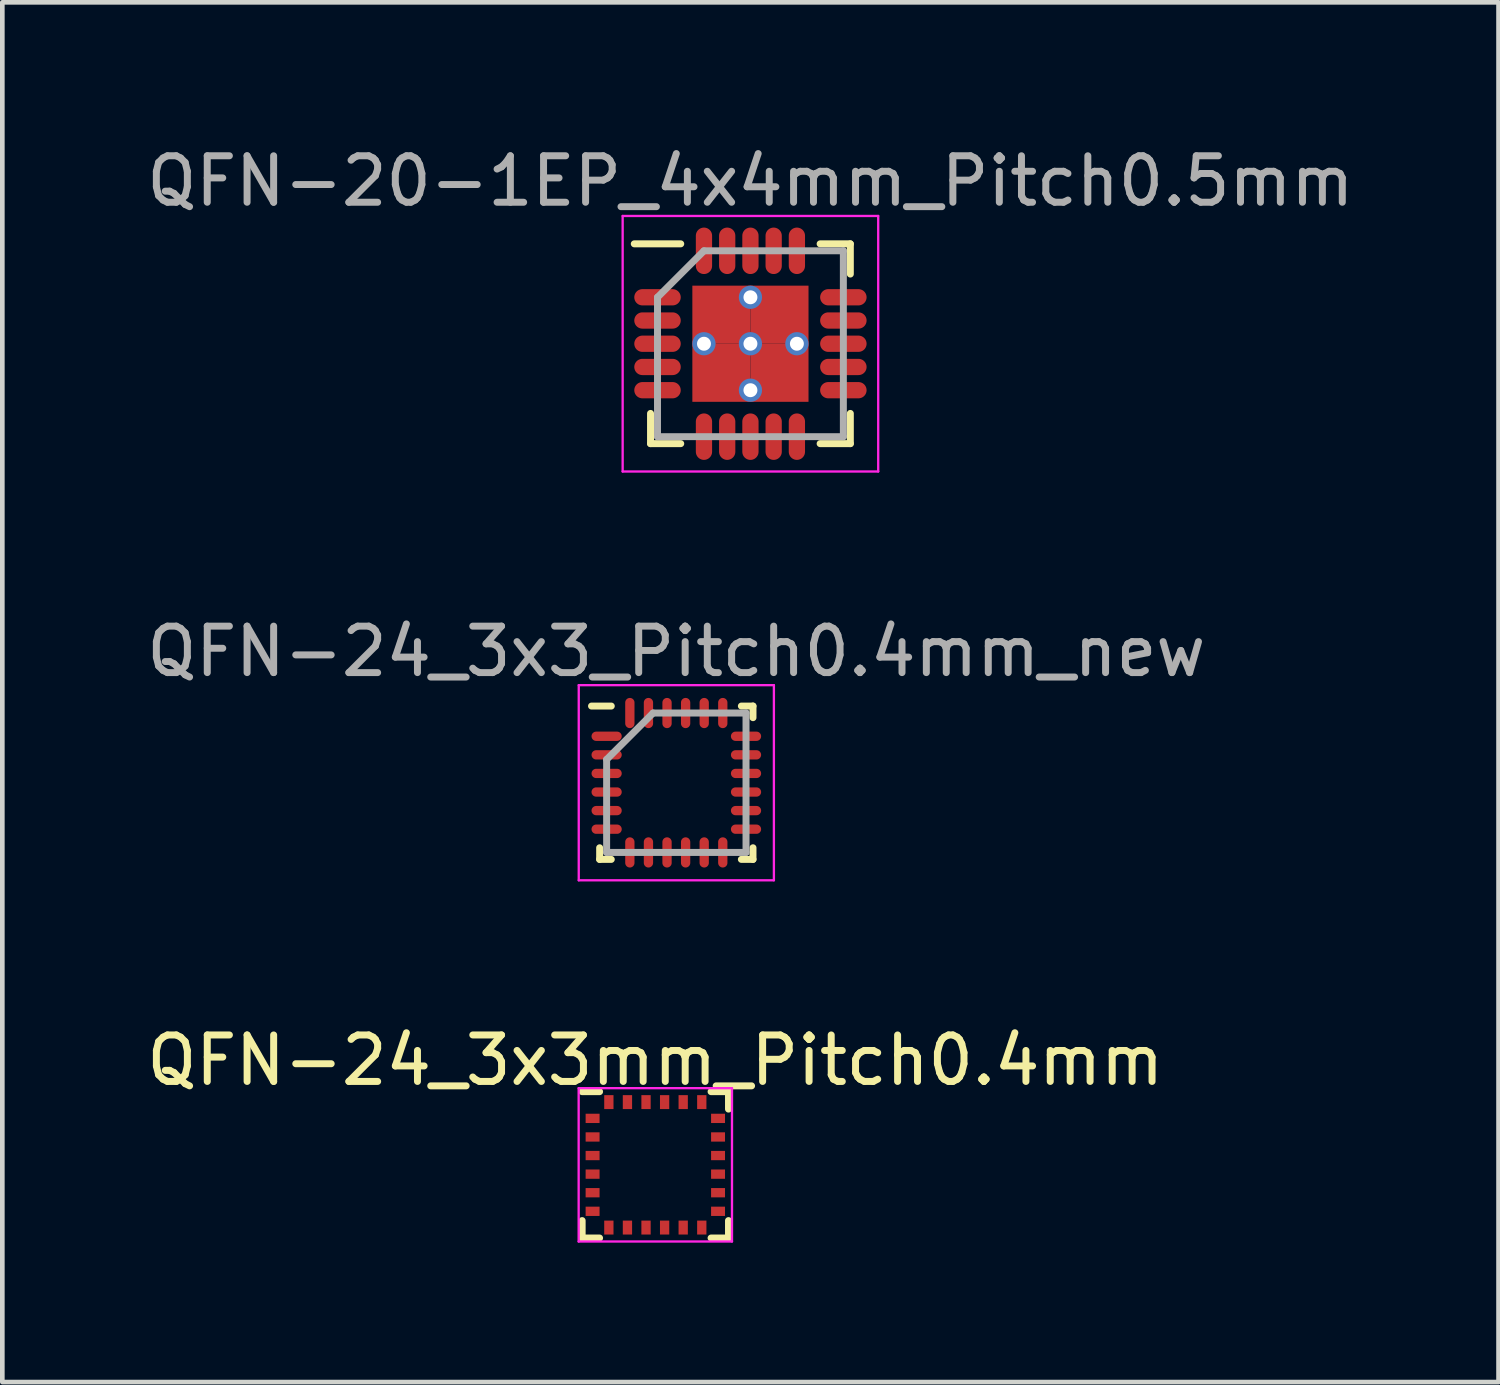
<source format=kicad_pcb>
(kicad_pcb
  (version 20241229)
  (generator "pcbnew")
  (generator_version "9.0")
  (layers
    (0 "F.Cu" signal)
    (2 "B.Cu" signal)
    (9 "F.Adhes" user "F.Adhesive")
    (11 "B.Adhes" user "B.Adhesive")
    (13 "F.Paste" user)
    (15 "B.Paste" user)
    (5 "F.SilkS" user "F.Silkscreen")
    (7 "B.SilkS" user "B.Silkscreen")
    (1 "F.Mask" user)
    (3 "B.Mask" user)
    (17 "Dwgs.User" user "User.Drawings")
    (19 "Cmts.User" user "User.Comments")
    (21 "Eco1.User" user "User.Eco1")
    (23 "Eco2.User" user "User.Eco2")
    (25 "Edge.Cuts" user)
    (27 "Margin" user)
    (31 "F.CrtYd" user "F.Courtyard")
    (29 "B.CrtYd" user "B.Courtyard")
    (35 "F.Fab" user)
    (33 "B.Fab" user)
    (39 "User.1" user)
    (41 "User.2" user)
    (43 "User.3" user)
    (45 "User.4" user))
  (footprint "QFN-24_3x3_Pitch0.4mm_new"
    (layer "F.Cu")
    (at 11.506 13.796)
    (property "Reference" "QFN-24_3x3_Pitch0.4mm_new" (at 0 -2.825 0) (layer "F.Fab") (effects (font (size 1 1) (thickness 0.15))))
    (attr smd)
    (fp_line (start -1.65 1.65) (end -1.65 1.4) (stroke (width 0.15) (type solid)) (layer "F.SilkS"))
    (fp_line (start -1.4 -1.65) (end -1.825 -1.65) (stroke (width 0.15) (type solid)) (layer "F.SilkS"))
    (fp_line (start -1.4 1.65) (end -1.65 1.65) (stroke (width 0.15) (type solid)) (layer "F.SilkS"))
    (fp_line (start 1.4 -1.65) (end 1.65 -1.65) (stroke (width 0.15) (type solid)) (layer "F.SilkS"))
    (fp_line (start 1.4 1.65) (end 1.65 1.65) (stroke (width 0.15) (type solid)) (layer "F.SilkS"))
    (fp_line (start 1.65 -1.65) (end 1.65 -1.4) (stroke (width 0.15) (type solid)) (layer "F.SilkS"))
    (fp_line (start 1.65 1.65) (end 1.65 1.4) (stroke (width 0.15) (type solid)) (layer "F.SilkS"))
    (fp_line (start -2.1 -2.1) (end 2.1 -2.1) (stroke (width 0.05) (type solid)) (layer "F.CrtYd"))
    (fp_line (start -2.1 2.1) (end -2.1 -2.1) (stroke (width 0.05) (type solid)) (layer "F.CrtYd"))
    (fp_line (start 2.1 -2.1) (end 2.1 2.1) (stroke (width 0.05) (type solid)) (layer "F.CrtYd"))
    (fp_line (start 2.1 2.1) (end -2.1 2.1) (stroke (width 0.05) (type solid)) (layer "F.CrtYd"))
    (fp_line (start -1.5 -0.5) (end -1.5 1.5) (stroke (width 0.15) (type solid)) (layer "F.Fab"))
    (fp_line (start -1.5 1.5) (end 1.5 1.5) (stroke (width 0.15) (type solid)) (layer "F.Fab"))
    (fp_line (start -0.5 -1.5) (end -1.5 -0.5) (stroke (width 0.15) (type solid)) (layer "F.Fab"))
    (fp_line (start 1.5 -1.5) (end -0.5 -1.5) (stroke (width 0.15) (type solid)) (layer "F.Fab"))
    (fp_line (start 1.5 1.5) (end 1.5 -1.5) (stroke (width 0.15) (type solid)) (layer "F.Fab"))
    (pad "1" smd oval (at -1.5 -1 90) (size 0.2 0.65) (layers "F.Cu" "F.Mask" "F.Paste"))
    (pad "2" smd oval (at -1.5 -0.6 90) (size 0.2 0.65) (layers "F.Cu" "F.Mask" "F.Paste"))
    (pad "3" smd oval (at -1.5 -0.2 90) (size 0.2 0.65) (layers "F.Cu" "F.Mask" "F.Paste"))
    (pad "4" smd oval (at -1.5 0.2 90) (size 0.2 0.65) (layers "F.Cu" "F.Mask" "F.Paste"))
    (pad "5" smd oval (at -1.5 0.6 90) (size 0.2 0.65) (layers "F.Cu" "F.Mask" "F.Paste"))
    (pad "6" smd oval (at -1.5 1 90) (size 0.2 0.65) (layers "F.Cu" "F.Mask" "F.Paste"))
    (pad "7" smd oval (at -1 1.5) (size 0.2 0.65) (layers "F.Cu" "F.Mask" "F.Paste"))
    (pad "8" smd oval (at -0.6 1.5) (size 0.2 0.65) (layers "F.Cu" "F.Mask" "F.Paste"))
    (pad "9" smd oval (at -0.2 1.5) (size 0.2 0.65) (layers "F.Cu" "F.Mask" "F.Paste"))
    (pad "10" smd oval (at 0.2 1.5) (size 0.2 0.65) (layers "F.Cu" "F.Mask" "F.Paste"))
    (pad "11" smd oval (at 0.6 1.5) (size 0.2 0.65) (layers "F.Cu" "F.Mask" "F.Paste"))
    (pad "12" smd oval (at 1 1.5) (size 0.2 0.65) (layers "F.Cu" "F.Mask" "F.Paste"))
    (pad "13" smd oval (at 1.5 1 90) (size 0.2 0.65) (layers "F.Cu" "F.Mask" "F.Paste"))
    (pad "14" smd oval (at 1.5 0.6 90) (size 0.2 0.65) (layers "F.Cu" "F.Mask" "F.Paste"))
    (pad "15" smd oval (at 1.5 0.2 90) (size 0.2 0.65) (layers "F.Cu" "F.Mask" "F.Paste"))
    (pad "16" smd oval (at 1.5 -0.2 90) (size 0.2 0.65) (layers "F.Cu" "F.Mask" "F.Paste"))
    (pad "17" smd oval (at 1.5 -0.6 90) (size 0.2 0.65) (layers "F.Cu" "F.Mask" "F.Paste"))
    (pad "18" smd oval (at 1.5 -1 90) (size 0.2 0.65) (layers "F.Cu" "F.Mask" "F.Paste"))
    (pad "19" smd oval (at 1 -1.5) (size 0.2 0.65) (layers "F.Cu" "F.Mask" "F.Paste"))
    (pad "20" smd oval (at 0.6 -1.5) (size 0.2 0.65) (layers "F.Cu" "F.Mask" "F.Paste"))
    (pad "21" smd oval (at 0.2 -1.5) (size 0.2 0.65) (layers "F.Cu" "F.Mask" "F.Paste"))
    (pad "22" smd oval (at -0.2 -1.5) (size 0.2 0.65) (layers "F.Cu" "F.Mask" "F.Paste"))
    (pad "23" smd oval (at -0.6 -1.5) (size 0.2 0.65) (layers "F.Cu" "F.Mask" "F.Paste"))
    (pad "24" smd oval (at -1 -1.5) (size 0.2 0.65) (layers "F.Cu" "F.Mask" "F.Paste")))
  (footprint "QFN-24_3x3mm_Pitch0.4mm"
    (layer "F.Cu")
    (at 11.054 22.02)
    (property "Reference" "QFN-24_3x3mm_Pitch0.4mm" (at 0 -2.25 0) (layer "F.SilkS") (effects (font (size 1 1) (thickness 0.15))))
    (attr smd)
    (fp_line (start -1.575 -1.575) (end -1.2 -1.575) (stroke (width 0.15) (type solid)) (layer "F.SilkS"))
    (fp_line (start -1.575 1.575) (end -1.575 1.2) (stroke (width 0.15) (type solid)) (layer "F.SilkS"))
    (fp_line (start -1.575 1.575) (end -1.2 1.575) (stroke (width 0.15) (type solid)) (layer "F.SilkS"))
    (fp_line (start 1.575 -1.575) (end 1.2 -1.575) (stroke (width 0.15) (type solid)) (layer "F.SilkS"))
    (fp_line (start 1.575 -1.575) (end 1.575 -1.2) (stroke (width 0.15) (type solid)) (layer "F.SilkS"))
    (fp_line (start 1.575 1.575) (end 1.2 1.575) (stroke (width 0.15) (type solid)) (layer "F.SilkS"))
    (fp_line (start 1.575 1.575) (end 1.575 1.2) (stroke (width 0.15) (type solid)) (layer "F.SilkS"))
    (fp_line (start -1.65 -1.65) (end 1.65 -1.65) (stroke (width 0.05) (type solid)) (layer "F.CrtYd"))
    (fp_line (start -1.65 1.65) (end -1.65 -1.65) (stroke (width 0.05) (type solid)) (layer "F.CrtYd"))
    (fp_line (start 1.65 -1.65) (end 1.65 1.65) (stroke (width 0.05) (type solid)) (layer "F.CrtYd"))
    (fp_line (start 1.65 1.65) (end -1.65 1.65) (stroke (width 0.05) (type solid)) (layer "F.CrtYd"))
    (pad "1" smd rect (at -1.35 -1) (size 0.3 0.2) (layers "F.Cu" "F.Mask" "F.Paste"))
    (pad "2" smd rect (at -1.35 -0.6) (size 0.3 0.2) (layers "F.Cu" "F.Mask" "F.Paste"))
    (pad "3" smd rect (at -1.35 -0.2) (size 0.3 0.2) (layers "F.Cu" "F.Mask" "F.Paste"))
    (pad "4" smd rect (at -1.35 0.2) (size 0.3 0.2) (layers "F.Cu" "F.Mask" "F.Paste"))
    (pad "5" smd rect (at -1.35 0.6) (size 0.3 0.2) (layers "F.Cu" "F.Mask" "F.Paste"))
    (pad "6" smd rect (at -1.35 1) (size 0.3 0.2) (layers "F.Cu" "F.Mask" "F.Paste"))
    (pad "7" smd rect (at -1 1.35 90) (size 0.3 0.2) (layers "F.Cu" "F.Mask" "F.Paste"))
    (pad "8" smd rect (at -0.6 1.35 90) (size 0.3 0.2) (layers "F.Cu" "F.Mask" "F.Paste"))
    (pad "9" smd rect (at -0.2 1.35 90) (size 0.3 0.2) (layers "F.Cu" "F.Mask" "F.Paste"))
    (pad "10" smd rect (at 0.2 1.35 90) (size 0.3 0.2) (layers "F.Cu" "F.Mask" "F.Paste"))
    (pad "11" smd rect (at 0.6 1.35 90) (size 0.3 0.2) (layers "F.Cu" "F.Mask" "F.Paste"))
    (pad "12" smd rect (at 1 1.35 90) (size 0.3 0.2) (layers "F.Cu" "F.Mask" "F.Paste"))
    (pad "13" smd rect (at 1.35 1) (size 0.3 0.2) (layers "F.Cu" "F.Mask" "F.Paste"))
    (pad "14" smd rect (at 1.35 0.6) (size 0.3 0.2) (layers "F.Cu" "F.Mask" "F.Paste"))
    (pad "15" smd rect (at 1.35 0.2) (size 0.3 0.2) (layers "F.Cu" "F.Mask" "F.Paste"))
    (pad "16" smd rect (at 1.35 -0.2) (size 0.3 0.2) (layers "F.Cu" "F.Mask" "F.Paste"))
    (pad "17" smd rect (at 1.35 -0.6) (size 0.3 0.2) (layers "F.Cu" "F.Mask" "F.Paste"))
    (pad "18" smd rect (at 1.35 -1) (size 0.3 0.2) (layers "F.Cu" "F.Mask" "F.Paste"))
    (pad "19" smd rect (at 1 -1.35 90) (size 0.3 0.2) (layers "F.Cu" "F.Mask" "F.Paste"))
    (pad "20" smd rect (at 0.6 -1.35 90) (size 0.3 0.2) (layers "F.Cu" "F.Mask" "F.Paste"))
    (pad "21" smd rect (at 0.2 -1.35 90) (size 0.3 0.2) (layers "F.Cu" "F.Mask" "F.Paste"))
    (pad "22" smd rect (at -0.2 -1.35 90) (size 0.3 0.2) (layers "F.Cu" "F.Mask" "F.Paste"))
    (pad "23" smd rect (at -0.6 -1.35 90) (size 0.3 0.2) (layers "F.Cu" "F.Mask" "F.Paste"))
    (pad "24" smd rect (at -1 -1.35 90) (size 0.3 0.2) (layers "F.Cu" "F.Mask" "F.Paste")))
  (footprint "QFN-20-1EP_4x4mm_Pitch0.5mm"
    (layer "F.Cu")
    (at 13.101 4.348)
    (property "Reference" "QFN-20-1EP_4x4mm_Pitch0.5mm" (at 0 -3.5 0) (layer "F.Fab") (effects (font (size 1 1) (thickness 0.15))))
    (attr smd)
    (fp_line (start -2.15 2.15) (end -2.15 1.5) (stroke (width 0.15) (type solid)) (layer "F.SilkS"))
    (fp_line (start -1.5 -2.15) (end -2.5 -2.15) (stroke (width 0.15) (type solid)) (layer "F.SilkS"))
    (fp_line (start -1.5 2.15) (end -2.15 2.15) (stroke (width 0.15) (type solid)) (layer "F.SilkS"))
    (fp_line (start 1.5 -2.15) (end 2.15 -2.15) (stroke (width 0.15) (type solid)) (layer "F.SilkS"))
    (fp_line (start 1.5 2.15) (end 2.15 2.15) (stroke (width 0.15) (type solid)) (layer "F.SilkS"))
    (fp_line (start 2.15 -2.15) (end 2.15 -1.5) (stroke (width 0.15) (type solid)) (layer "F.SilkS"))
    (fp_line (start 2.15 2.15) (end 2.15 1.5) (stroke (width 0.15) (type solid)) (layer "F.SilkS"))
    (fp_line (start -2.75 -2.75) (end 2.75 -2.75) (stroke (width 0.05) (type solid)) (layer "F.CrtYd"))
    (fp_line (start -2.75 2.75) (end -2.75 -2.75) (stroke (width 0.05) (type solid)) (layer "F.CrtYd"))
    (fp_line (start 2.75 -2.75) (end 2.75 2.75) (stroke (width 0.05) (type solid)) (layer "F.CrtYd"))
    (fp_line (start 2.75 2.75) (end -2.75 2.75) (stroke (width 0.05) (type solid)) (layer "F.CrtYd"))
    (fp_line (start -2 -1) (end -2 2) (stroke (width 0.15) (type solid)) (layer "F.Fab"))
    (fp_line (start -2 2) (end 2 2) (stroke (width 0.15) (type solid)) (layer "F.Fab"))
    (fp_line (start -1 -2) (end -2 -1) (stroke (width 0.15) (type solid)) (layer "F.Fab"))
    (fp_line (start 2 -2) (end -1 -2) (stroke (width 0.15) (type solid)) (layer "F.Fab"))
    (fp_line (start 2 2) (end 2 -2) (stroke (width 0.15) (type solid)) (layer "F.Fab"))
    (pad "1" smd oval (at -2 -1 90) (size 0.35 1) (layers "F.Cu" "F.Mask" "F.Paste"))
    (pad "2" smd oval (at -2 -0.5 90) (size 0.35 1) (layers "F.Cu" "F.Mask" "F.Paste"))
    (pad "3" smd oval (at -2 0 90) (size 0.35 1) (layers "F.Cu" "F.Mask" "F.Paste"))
    (pad "4" smd oval (at -2 0.5 90) (size 0.35 1) (layers "F.Cu" "F.Mask" "F.Paste"))
    (pad "5" smd oval (at -2 1 90) (size 0.35 1) (layers "F.Cu" "F.Mask" "F.Paste"))
    (pad "6" smd oval (at -1 2) (size 0.35 1) (layers "F.Cu" "F.Mask" "F.Paste"))
    (pad "7" smd oval (at -0.5 2) (size 0.35 1) (layers "F.Cu" "F.Mask" "F.Paste"))
    (pad "8" smd oval (at 0 2) (size 0.35 1) (layers "F.Cu" "F.Mask" "F.Paste"))
    (pad "9" smd oval (at 0.5 2) (size 0.35 1) (layers "F.Cu" "F.Mask" "F.Paste"))
    (pad "10" smd oval (at 1 2) (size 0.35 1) (layers "F.Cu" "F.Mask" "F.Paste"))
    (pad "11" smd oval (at 2 1 90) (size 0.35 1) (layers "F.Cu" "F.Mask" "F.Paste"))
    (pad "12" smd oval (at 2 0.5 90) (size 0.35 1) (layers "F.Cu" "F.Mask" "F.Paste"))
    (pad "13" smd oval (at 2 0 90) (size 0.35 1) (layers "F.Cu" "F.Mask" "F.Paste"))
    (pad "14" smd oval (at 2 -0.5 90) (size 0.35 1) (layers "F.Cu" "F.Mask" "F.Paste"))
    (pad "15" smd oval (at 2 -1 90) (size 0.35 1) (layers "F.Cu" "F.Mask" "F.Paste"))
    (pad "16" smd oval (at 1 -2) (size 0.35 1) (layers "F.Cu" "F.Mask" "F.Paste"))
    (pad "17" smd oval (at 0.5 -2) (size 0.35 1) (layers "F.Cu" "F.Mask" "F.Paste"))
    (pad "18" smd oval (at 0 -2) (size 0.35 1) (layers "F.Cu" "F.Mask" "F.Paste"))
    (pad "19" smd oval (at -0.5 -2) (size 0.35 1) (layers "F.Cu" "F.Mask" "F.Paste"))
    (pad "20" smd oval (at -1 -2) (size 0.35 1) (layers "F.Cu" "F.Mask" "F.Paste"))
    (pad "21" thru_hole circle (at -1 0) (size 0.5 0.5) (drill 0.3) (layers "*.Cu" "F.Mask"))
    (pad "21" smd rect (at -0.625 -0.625) (size 1.25 1.25) (layers "F.Cu" "F.Mask" "F.Paste"))
    (pad "21" smd rect (at -0.625 0.625) (size 1.25 1.25) (layers "F.Cu" "F.Mask" "F.Paste"))
    (pad "21" thru_hole circle (at 0 -1) (size 0.5 0.5) (drill 0.3) (layers "*.Cu" "F.Mask"))
    (pad "21" thru_hole circle (at 0 0) (size 0.5 0.5) (drill 0.3) (layers "*.Cu" "F.Mask"))
    (pad "21" thru_hole circle (at 0 1) (size 0.5 0.5) (drill 0.3) (layers "*.Cu" "F.Mask"))
    (pad "21" smd rect (at 0.625 -0.625) (size 1.25 1.25) (layers "F.Cu" "F.Mask" "F.Paste"))
    (pad "21" smd rect (at 0.625 0.625) (size 1.25 1.25) (layers "F.Cu" "F.Mask" "F.Paste"))
    (pad "21" thru_hole circle (at 1 0) (size 0.5 0.5) (drill 0.3) (layers "*.Cu" "F.Mask")))
  (gr_rect
    (start -3 -3)
    (end 29.202 26.695)
    (stroke (width 0.1) (type default))
    (fill no)
    (layer "Edge.Cuts")))
</source>
